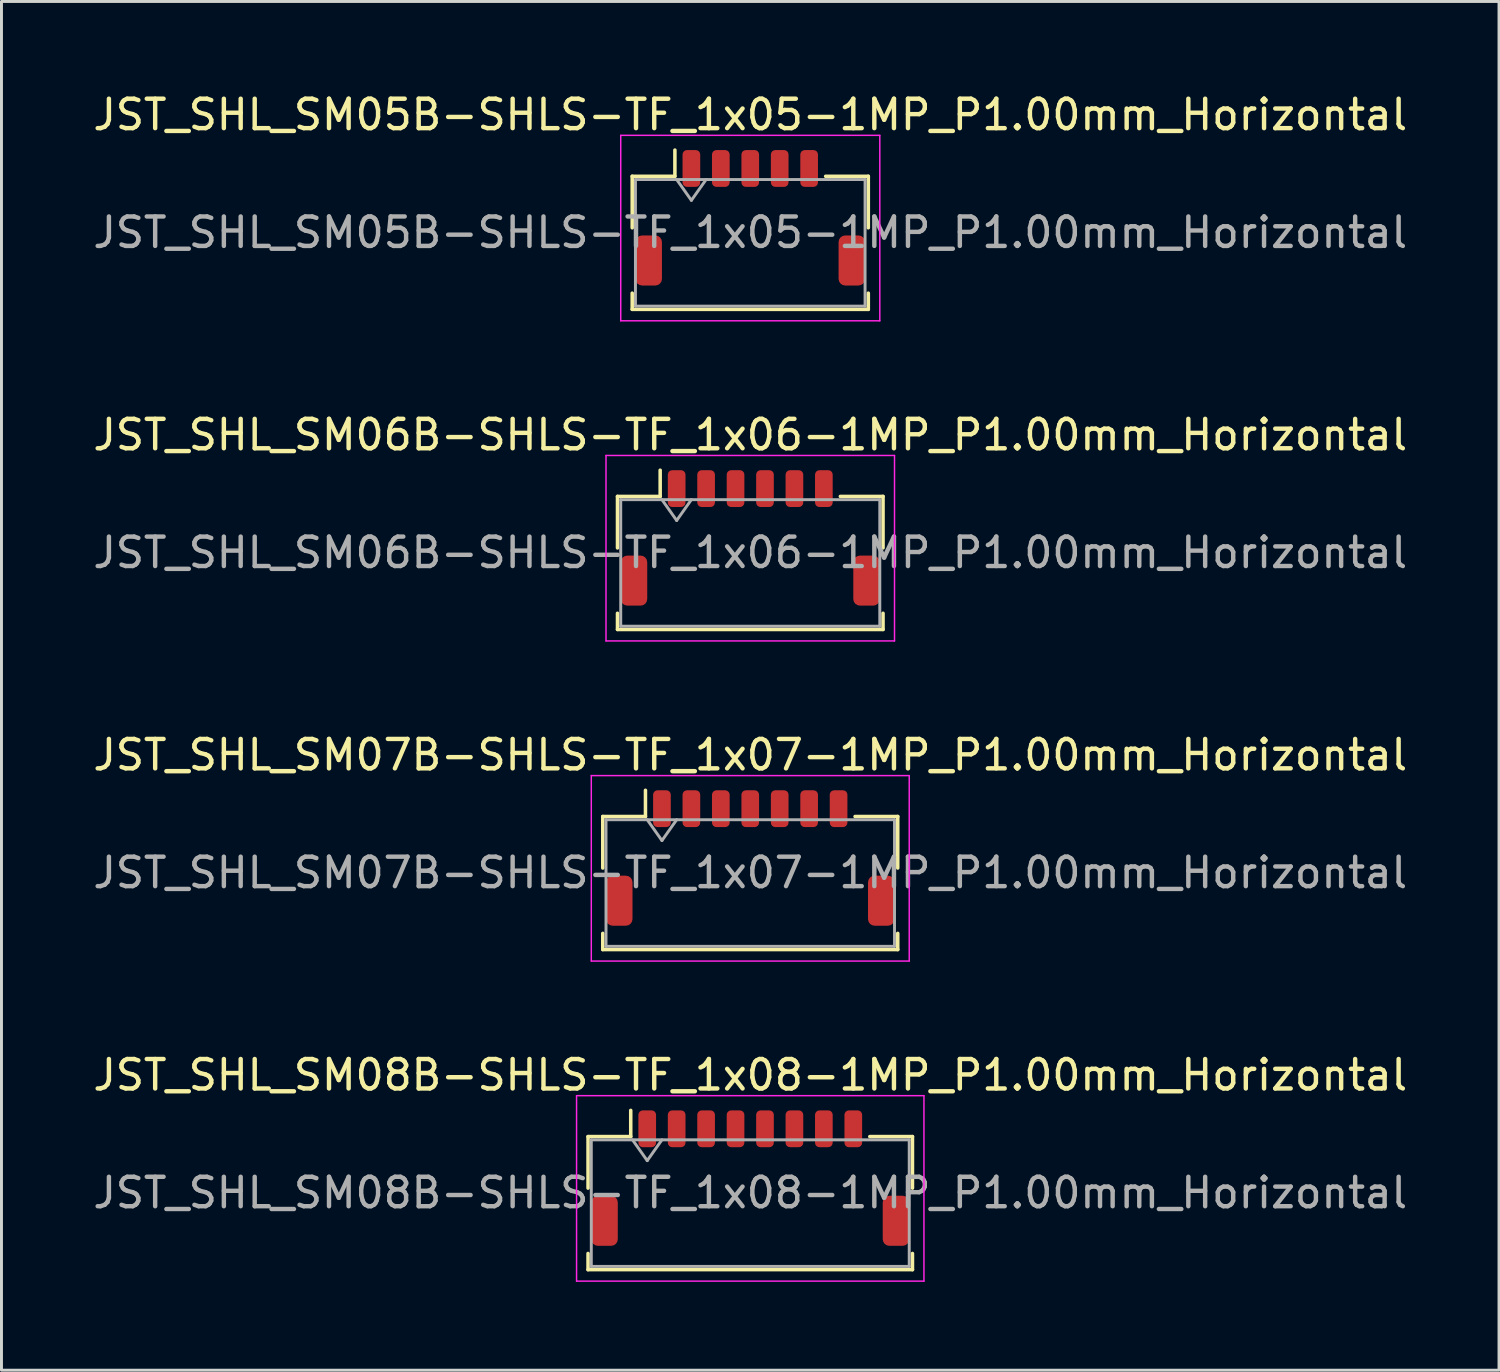
<source format=kicad_pcb>
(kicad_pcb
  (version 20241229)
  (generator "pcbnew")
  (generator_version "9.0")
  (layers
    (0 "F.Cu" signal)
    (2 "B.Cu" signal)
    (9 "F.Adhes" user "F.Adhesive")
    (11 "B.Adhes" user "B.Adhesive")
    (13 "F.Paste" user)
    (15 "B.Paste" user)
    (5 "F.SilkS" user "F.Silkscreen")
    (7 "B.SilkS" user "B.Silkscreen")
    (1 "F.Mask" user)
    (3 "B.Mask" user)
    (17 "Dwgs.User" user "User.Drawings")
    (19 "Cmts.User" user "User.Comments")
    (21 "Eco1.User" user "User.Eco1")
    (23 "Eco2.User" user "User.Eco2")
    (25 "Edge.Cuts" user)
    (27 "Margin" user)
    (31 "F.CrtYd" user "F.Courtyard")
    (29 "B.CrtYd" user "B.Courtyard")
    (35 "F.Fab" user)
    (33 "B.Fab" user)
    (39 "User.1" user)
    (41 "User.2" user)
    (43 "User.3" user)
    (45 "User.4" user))
  (footprint "JST_SHL_SM06B-SHLS-TF_1x06-1MP_P1.00mm_Horizontal"
    (layer "F.Cu")
    (at 22.435 15.222)
    (property "Reference" "JST_SHL_SM06B-SHLS-TF_1x06-1MP_P1.00mm_Horizontal" (at 0 -3.5 0) (layer "F.SilkS") (effects (font (size 1 1) (thickness 0.15))))
    (attr smd)
    (fp_line (start -4.51 -1.41) (end -3.06 -1.41) (stroke (width 0.12) (type solid)) (layer "F.SilkS"))
    (fp_line (start -4.51 0.34) (end -4.51 -1.41) (stroke (width 0.12) (type solid)) (layer "F.SilkS"))
    (fp_line (start -4.51 2.56) (end -4.51 3.11) (stroke (width 0.12) (type solid)) (layer "F.SilkS"))
    (fp_line (start -4.51 3.11) (end 4.51 3.11) (stroke (width 0.12) (type solid)) (layer "F.SilkS"))
    (fp_line (start -3.06 -1.41) (end -3.06 -2.3) (stroke (width 0.12) (type solid)) (layer "F.SilkS"))
    (fp_line (start 4.51 -1.41) (end 3.06 -1.41) (stroke (width 0.12) (type solid)) (layer "F.SilkS"))
    (fp_line (start 4.51 0.34) (end 4.51 -1.41) (stroke (width 0.12) (type solid)) (layer "F.SilkS"))
    (fp_line (start 4.51 3.11) (end 4.51 2.56) (stroke (width 0.12) (type solid)) (layer "F.SilkS"))
    (fp_line (start -4.9 -2.8) (end -4.9 3.5) (stroke (width 0.05) (type solid)) (layer "F.CrtYd"))
    (fp_line (start -4.9 3.5) (end 4.9 3.5) (stroke (width 0.05) (type solid)) (layer "F.CrtYd"))
    (fp_line (start 4.9 -2.8) (end -4.9 -2.8) (stroke (width 0.05) (type solid)) (layer "F.CrtYd"))
    (fp_line (start 4.9 3.5) (end 4.9 -2.8) (stroke (width 0.05) (type solid)) (layer "F.CrtYd"))
    (fp_line (start -4.4 -1.3) (end -4.4 3) (stroke (width 0.1) (type solid)) (layer "F.Fab"))
    (fp_line (start -4.4 -1.3) (end 4.4 -1.3) (stroke (width 0.1) (type solid)) (layer "F.Fab"))
    (fp_line (start -4.4 3) (end 4.4 3) (stroke (width 0.1) (type solid)) (layer "F.Fab"))
    (fp_line (start -3 -1.3) (end -2.5 -0.593) (stroke (width 0.1) (type solid)) (layer "F.Fab"))
    (fp_line (start -2.5 -0.593) (end -2 -1.3) (stroke (width 0.1) (type solid)) (layer "F.Fab"))
    (fp_line (start 4.4 -1.3) (end 4.4 3) (stroke (width 0.1) (type solid)) (layer "F.Fab"))
    (fp_text user "${REFERENCE}" (at 0 0.5 0) (layer "F.Fab") (effects (font (size 1 1) (thickness 0.15))))
    (pad "1" smd roundrect (at -2.5 -1.675) (size 0.6 1.25) (layers "F.Cu" "F.Mask" "F.Paste") (roundrect_rratio 0.25))
    (pad "2" smd roundrect (at -1.5 -1.675) (size 0.6 1.25) (layers "F.Cu" "F.Mask" "F.Paste") (roundrect_rratio 0.25))
    (pad "3" smd roundrect (at -0.5 -1.675) (size 0.6 1.25) (layers "F.Cu" "F.Mask" "F.Paste") (roundrect_rratio 0.25))
    (pad "4" smd roundrect (at 0.5 -1.675) (size 0.6 1.25) (layers "F.Cu" "F.Mask" "F.Paste") (roundrect_rratio 0.25))
    (pad "5" smd roundrect (at 1.5 -1.675) (size 0.6 1.25) (layers "F.Cu" "F.Mask" "F.Paste") (roundrect_rratio 0.25))
    (pad "6" smd roundrect (at 2.5 -1.675) (size 0.6 1.25) (layers "F.Cu" "F.Mask" "F.Paste") (roundrect_rratio 0.25))
    (pad "MP" smd roundrect (at -3.95 1.45) (size 0.9 1.7) (layers "F.Cu" "F.Mask" "F.Paste") (roundrect_rratio 0.25))
    (pad "MP" smd roundrect (at 3.95 1.45) (size 0.9 1.7) (layers "F.Cu" "F.Mask" "F.Paste") (roundrect_rratio 0.25)))
  (footprint "JST_SHL_SM07B-SHLS-TF_1x07-1MP_P1.00mm_Horizontal"
    (layer "F.Cu")
    (at 22.435 26.095)
    (property "Reference" "JST_SHL_SM07B-SHLS-TF_1x07-1MP_P1.00mm_Horizontal" (at 0 -3.5 0) (layer "F.SilkS") (effects (font (size 1 1) (thickness 0.15))))
    (attr smd)
    (fp_line (start -5.01 -1.41) (end -3.56 -1.41) (stroke (width 0.12) (type solid)) (layer "F.SilkS"))
    (fp_line (start -5.01 0.34) (end -5.01 -1.41) (stroke (width 0.12) (type solid)) (layer "F.SilkS"))
    (fp_line (start -5.01 2.56) (end -5.01 3.11) (stroke (width 0.12) (type solid)) (layer "F.SilkS"))
    (fp_line (start -5.01 3.11) (end 5.01 3.11) (stroke (width 0.12) (type solid)) (layer "F.SilkS"))
    (fp_line (start -3.56 -1.41) (end -3.56 -2.3) (stroke (width 0.12) (type solid)) (layer "F.SilkS"))
    (fp_line (start 5.01 -1.41) (end 3.56 -1.41) (stroke (width 0.12) (type solid)) (layer "F.SilkS"))
    (fp_line (start 5.01 0.34) (end 5.01 -1.41) (stroke (width 0.12) (type solid)) (layer "F.SilkS"))
    (fp_line (start 5.01 3.11) (end 5.01 2.56) (stroke (width 0.12) (type solid)) (layer "F.SilkS"))
    (fp_line (start -5.4 -2.8) (end -5.4 3.5) (stroke (width 0.05) (type solid)) (layer "F.CrtYd"))
    (fp_line (start -5.4 3.5) (end 5.4 3.5) (stroke (width 0.05) (type solid)) (layer "F.CrtYd"))
    (fp_line (start 5.4 -2.8) (end -5.4 -2.8) (stroke (width 0.05) (type solid)) (layer "F.CrtYd"))
    (fp_line (start 5.4 3.5) (end 5.4 -2.8) (stroke (width 0.05) (type solid)) (layer "F.CrtYd"))
    (fp_line (start -4.9 -1.3) (end -4.9 3) (stroke (width 0.1) (type solid)) (layer "F.Fab"))
    (fp_line (start -4.9 -1.3) (end 4.9 -1.3) (stroke (width 0.1) (type solid)) (layer "F.Fab"))
    (fp_line (start -4.9 3) (end 4.9 3) (stroke (width 0.1) (type solid)) (layer "F.Fab"))
    (fp_line (start -3.5 -1.3) (end -3 -0.593) (stroke (width 0.1) (type solid)) (layer "F.Fab"))
    (fp_line (start -3 -0.593) (end -2.5 -1.3) (stroke (width 0.1) (type solid)) (layer "F.Fab"))
    (fp_line (start 4.9 -1.3) (end 4.9 3) (stroke (width 0.1) (type solid)) (layer "F.Fab"))
    (fp_text user "${REFERENCE}" (at 0 0.5 0) (layer "F.Fab") (effects (font (size 1 1) (thickness 0.15))))
    (pad "1" smd roundrect (at -3 -1.675) (size 0.6 1.25) (layers "F.Cu" "F.Mask" "F.Paste") (roundrect_rratio 0.25))
    (pad "2" smd roundrect (at -2 -1.675) (size 0.6 1.25) (layers "F.Cu" "F.Mask" "F.Paste") (roundrect_rratio 0.25))
    (pad "3" smd roundrect (at -1 -1.675) (size 0.6 1.25) (layers "F.Cu" "F.Mask" "F.Paste") (roundrect_rratio 0.25))
    (pad "4" smd roundrect (at 0 -1.675) (size 0.6 1.25) (layers "F.Cu" "F.Mask" "F.Paste") (roundrect_rratio 0.25))
    (pad "5" smd roundrect (at 1 -1.675) (size 0.6 1.25) (layers "F.Cu" "F.Mask" "F.Paste") (roundrect_rratio 0.25))
    (pad "6" smd roundrect (at 2 -1.675) (size 0.6 1.25) (layers "F.Cu" "F.Mask" "F.Paste") (roundrect_rratio 0.25))
    (pad "7" smd roundrect (at 3 -1.675) (size 0.6 1.25) (layers "F.Cu" "F.Mask" "F.Paste") (roundrect_rratio 0.25))
    (pad "MP" smd roundrect (at -4.45 1.45) (size 0.9 1.7) (layers "F.Cu" "F.Mask" "F.Paste") (roundrect_rratio 0.25))
    (pad "MP" smd roundrect (at 4.45 1.45) (size 0.9 1.7) (layers "F.Cu" "F.Mask" "F.Paste") (roundrect_rratio 0.25)))
  (footprint "JST_SHL_SM05B-SHLS-TF_1x05-1MP_P1.00mm_Horizontal"
    (layer "F.Cu")
    (at 22.435 4.348)
    (property "Reference" "JST_SHL_SM05B-SHLS-TF_1x05-1MP_P1.00mm_Horizontal" (at 0 -3.5 0) (layer "F.SilkS") (effects (font (size 1 1) (thickness 0.15))))
    (attr smd)
    (fp_line (start -4.01 -1.41) (end -2.56 -1.41) (stroke (width 0.12) (type solid)) (layer "F.SilkS"))
    (fp_line (start -4.01 0.34) (end -4.01 -1.41) (stroke (width 0.12) (type solid)) (layer "F.SilkS"))
    (fp_line (start -4.01 2.56) (end -4.01 3.11) (stroke (width 0.12) (type solid)) (layer "F.SilkS"))
    (fp_line (start -4.01 3.11) (end 4.01 3.11) (stroke (width 0.12) (type solid)) (layer "F.SilkS"))
    (fp_line (start -2.56 -1.41) (end -2.56 -2.3) (stroke (width 0.12) (type solid)) (layer "F.SilkS"))
    (fp_line (start 4.01 -1.41) (end 2.56 -1.41) (stroke (width 0.12) (type solid)) (layer "F.SilkS"))
    (fp_line (start 4.01 0.34) (end 4.01 -1.41) (stroke (width 0.12) (type solid)) (layer "F.SilkS"))
    (fp_line (start 4.01 3.11) (end 4.01 2.56) (stroke (width 0.12) (type solid)) (layer "F.SilkS"))
    (fp_line (start -4.4 -2.8) (end -4.4 3.5) (stroke (width 0.05) (type solid)) (layer "F.CrtYd"))
    (fp_line (start -4.4 3.5) (end 4.4 3.5) (stroke (width 0.05) (type solid)) (layer "F.CrtYd"))
    (fp_line (start 4.4 -2.8) (end -4.4 -2.8) (stroke (width 0.05) (type solid)) (layer "F.CrtYd"))
    (fp_line (start 4.4 3.5) (end 4.4 -2.8) (stroke (width 0.05) (type solid)) (layer "F.CrtYd"))
    (fp_line (start -3.9 -1.3) (end -3.9 3) (stroke (width 0.1) (type solid)) (layer "F.Fab"))
    (fp_line (start -3.9 -1.3) (end 3.9 -1.3) (stroke (width 0.1) (type solid)) (layer "F.Fab"))
    (fp_line (start -3.9 3) (end 3.9 3) (stroke (width 0.1) (type solid)) (layer "F.Fab"))
    (fp_line (start -2.5 -1.3) (end -2 -0.593) (stroke (width 0.1) (type solid)) (layer "F.Fab"))
    (fp_line (start -2 -0.593) (end -1.5 -1.3) (stroke (width 0.1) (type solid)) (layer "F.Fab"))
    (fp_line (start 3.9 -1.3) (end 3.9 3) (stroke (width 0.1) (type solid)) (layer "F.Fab"))
    (fp_text user "${REFERENCE}" (at 0 0.5 0) (layer "F.Fab") (effects (font (size 1 1) (thickness 0.15))))
    (pad "1" smd roundrect (at -2 -1.675) (size 0.6 1.25) (layers "F.Cu" "F.Mask" "F.Paste") (roundrect_rratio 0.25))
    (pad "2" smd roundrect (at -1 -1.675) (size 0.6 1.25) (layers "F.Cu" "F.Mask" "F.Paste") (roundrect_rratio 0.25))
    (pad "3" smd roundrect (at 0 -1.675) (size 0.6 1.25) (layers "F.Cu" "F.Mask" "F.Paste") (roundrect_rratio 0.25))
    (pad "4" smd roundrect (at 1 -1.675) (size 0.6 1.25) (layers "F.Cu" "F.Mask" "F.Paste") (roundrect_rratio 0.25))
    (pad "5" smd roundrect (at 2 -1.675) (size 0.6 1.25) (layers "F.Cu" "F.Mask" "F.Paste") (roundrect_rratio 0.25))
    (pad "MP" smd roundrect (at -3.45 1.45) (size 0.9 1.7) (layers "F.Cu" "F.Mask" "F.Paste") (roundrect_rratio 0.25))
    (pad "MP" smd roundrect (at 3.45 1.45) (size 0.9 1.7) (layers "F.Cu" "F.Mask" "F.Paste") (roundrect_rratio 0.25)))
  (footprint "JST_SHL_SM08B-SHLS-TF_1x08-1MP_P1.00mm_Horizontal"
    (layer "F.Cu")
    (at 22.435 36.968)
    (property "Reference" "JST_SHL_SM08B-SHLS-TF_1x08-1MP_P1.00mm_Horizontal" (at 0 -3.5 0) (layer "F.SilkS") (effects (font (size 1 1) (thickness 0.15))))
    (attr smd)
    (fp_line (start -5.51 -1.41) (end -4.06 -1.41) (stroke (width 0.12) (type solid)) (layer "F.SilkS"))
    (fp_line (start -5.51 0.34) (end -5.51 -1.41) (stroke (width 0.12) (type solid)) (layer "F.SilkS"))
    (fp_line (start -5.51 2.56) (end -5.51 3.11) (stroke (width 0.12) (type solid)) (layer "F.SilkS"))
    (fp_line (start -5.51 3.11) (end 5.51 3.11) (stroke (width 0.12) (type solid)) (layer "F.SilkS"))
    (fp_line (start -4.06 -1.41) (end -4.06 -2.3) (stroke (width 0.12) (type solid)) (layer "F.SilkS"))
    (fp_line (start 5.51 -1.41) (end 4.06 -1.41) (stroke (width 0.12) (type solid)) (layer "F.SilkS"))
    (fp_line (start 5.51 0.34) (end 5.51 -1.41) (stroke (width 0.12) (type solid)) (layer "F.SilkS"))
    (fp_line (start 5.51 3.11) (end 5.51 2.56) (stroke (width 0.12) (type solid)) (layer "F.SilkS"))
    (fp_line (start -5.9 -2.8) (end -5.9 3.5) (stroke (width 0.05) (type solid)) (layer "F.CrtYd"))
    (fp_line (start -5.9 3.5) (end 5.9 3.5) (stroke (width 0.05) (type solid)) (layer "F.CrtYd"))
    (fp_line (start 5.9 -2.8) (end -5.9 -2.8) (stroke (width 0.05) (type solid)) (layer "F.CrtYd"))
    (fp_line (start 5.9 3.5) (end 5.9 -2.8) (stroke (width 0.05) (type solid)) (layer "F.CrtYd"))
    (fp_line (start -5.4 -1.3) (end -5.4 3) (stroke (width 0.1) (type solid)) (layer "F.Fab"))
    (fp_line (start -5.4 -1.3) (end 5.4 -1.3) (stroke (width 0.1) (type solid)) (layer "F.Fab"))
    (fp_line (start -5.4 3) (end 5.4 3) (stroke (width 0.1) (type solid)) (layer "F.Fab"))
    (fp_line (start -4 -1.3) (end -3.5 -0.593) (stroke (width 0.1) (type solid)) (layer "F.Fab"))
    (fp_line (start -3.5 -0.593) (end -3 -1.3) (stroke (width 0.1) (type solid)) (layer "F.Fab"))
    (fp_line (start 5.4 -1.3) (end 5.4 3) (stroke (width 0.1) (type solid)) (layer "F.Fab"))
    (fp_text user "${REFERENCE}" (at 0 0.5 0) (layer "F.Fab") (effects (font (size 1 1) (thickness 0.15))))
    (pad "1" smd roundrect (at -3.5 -1.675) (size 0.6 1.25) (layers "F.Cu" "F.Mask" "F.Paste") (roundrect_rratio 0.25))
    (pad "2" smd roundrect (at -2.5 -1.675) (size 0.6 1.25) (layers "F.Cu" "F.Mask" "F.Paste") (roundrect_rratio 0.25))
    (pad "3" smd roundrect (at -1.5 -1.675) (size 0.6 1.25) (layers "F.Cu" "F.Mask" "F.Paste") (roundrect_rratio 0.25))
    (pad "4" smd roundrect (at -0.5 -1.675) (size 0.6 1.25) (layers "F.Cu" "F.Mask" "F.Paste") (roundrect_rratio 0.25))
    (pad "5" smd roundrect (at 0.5 -1.675) (size 0.6 1.25) (layers "F.Cu" "F.Mask" "F.Paste") (roundrect_rratio 0.25))
    (pad "6" smd roundrect (at 1.5 -1.675) (size 0.6 1.25) (layers "F.Cu" "F.Mask" "F.Paste") (roundrect_rratio 0.25))
    (pad "7" smd roundrect (at 2.5 -1.675) (size 0.6 1.25) (layers "F.Cu" "F.Mask" "F.Paste") (roundrect_rratio 0.25))
    (pad "8" smd roundrect (at 3.5 -1.675) (size 0.6 1.25) (layers "F.Cu" "F.Mask" "F.Paste") (roundrect_rratio 0.25))
    (pad "MP" smd roundrect (at -4.95 1.45) (size 0.9 1.7) (layers "F.Cu" "F.Mask" "F.Paste") (roundrect_rratio 0.25))
    (pad "MP" smd roundrect (at 4.95 1.45) (size 0.9 1.7) (layers "F.Cu" "F.Mask" "F.Paste") (roundrect_rratio 0.25)))
  (gr_rect
    (start -3 -3)
    (end 47.869 43.493)
    (stroke (width 0.1) (type default))
    (fill no)
    (layer "Edge.Cuts")))
</source>
